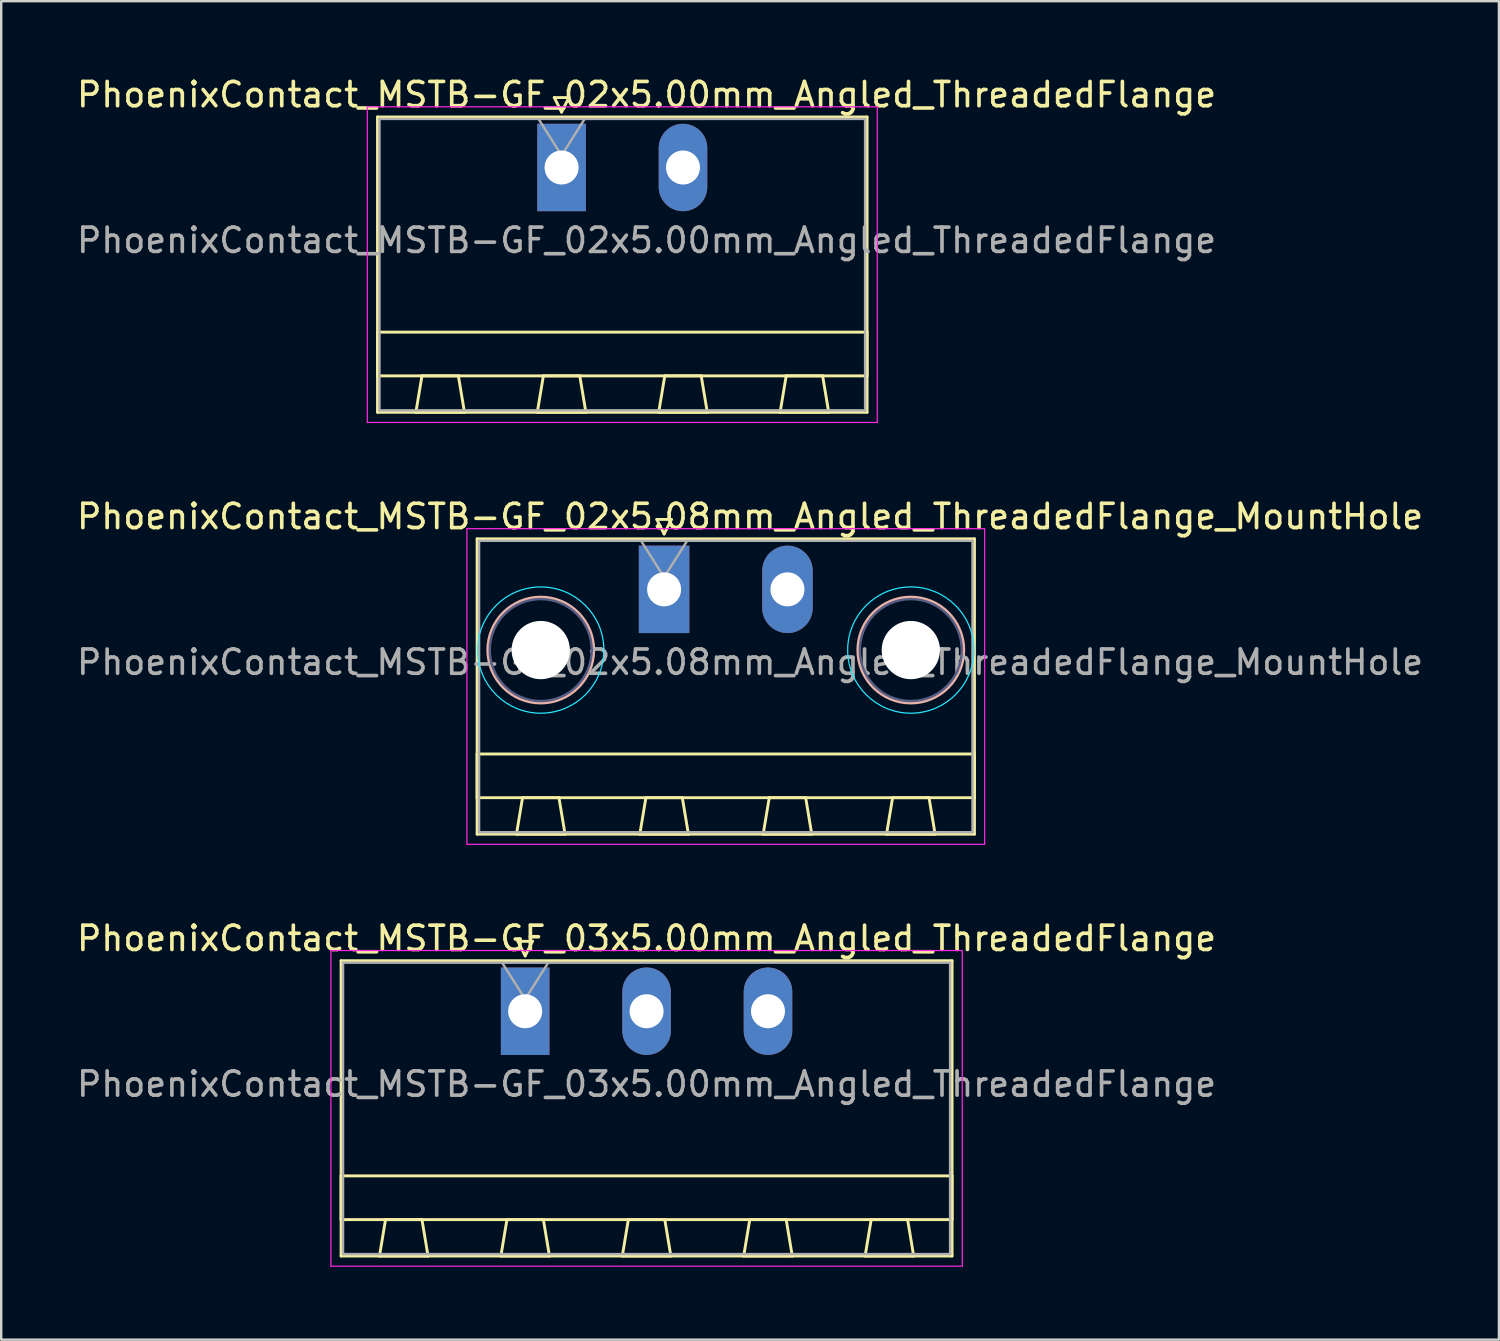
<source format=kicad_pcb>
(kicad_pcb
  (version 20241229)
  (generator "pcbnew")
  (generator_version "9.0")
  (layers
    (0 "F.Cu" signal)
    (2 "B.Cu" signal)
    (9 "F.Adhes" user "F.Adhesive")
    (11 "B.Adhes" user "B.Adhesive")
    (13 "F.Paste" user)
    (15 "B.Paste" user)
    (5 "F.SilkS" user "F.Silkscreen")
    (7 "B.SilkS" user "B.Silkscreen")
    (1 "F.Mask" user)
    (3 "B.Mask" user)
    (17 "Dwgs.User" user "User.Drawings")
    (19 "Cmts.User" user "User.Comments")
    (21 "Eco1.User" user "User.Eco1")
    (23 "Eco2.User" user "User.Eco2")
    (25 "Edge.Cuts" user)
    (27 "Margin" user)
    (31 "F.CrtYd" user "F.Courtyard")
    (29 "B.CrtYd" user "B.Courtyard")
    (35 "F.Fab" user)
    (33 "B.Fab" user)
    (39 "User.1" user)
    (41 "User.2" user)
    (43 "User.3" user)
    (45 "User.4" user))
  (footprint "PhoenixContact_MSTB-GF_03x5.00mm_Angled_ThreadedFlange"
    (layer "F.Cu")
    (at 18.577 38.595)
    (property "Reference" "PhoenixContact_MSTB-GF_03x5.00mm_Angled_ThreadedFlange" (at 5 -3 0) (layer "F.SilkS") (effects (font (size 1 1) (thickness 0.15))))
    (attr through_hole)
    (fp_line (start -7.58 -2.08) (end -7.58 10.08) (stroke (width 0.12) (type solid)) (layer "F.SilkS"))
    (fp_line (start -7.58 6.78) (end 17.58 6.78) (stroke (width 0.12) (type solid)) (layer "F.SilkS"))
    (fp_line (start -7.58 8.58) (end -7.58 6.78) (stroke (width 0.12) (type solid)) (layer "F.SilkS"))
    (fp_line (start -7.58 10.08) (end 17.58 10.08) (stroke (width 0.12) (type solid)) (layer "F.SilkS"))
    (fp_line (start -6 10.08) (end -4 10.08) (stroke (width 0.12) (type solid)) (layer "F.SilkS"))
    (fp_line (start -5.75 8.58) (end -6 10.08) (stroke (width 0.12) (type solid)) (layer "F.SilkS"))
    (fp_line (start -4.25 8.58) (end -5.75 8.58) (stroke (width 0.12) (type solid)) (layer "F.SilkS"))
    (fp_line (start -4 10.08) (end -4.25 8.58) (stroke (width 0.12) (type solid)) (layer "F.SilkS"))
    (fp_line (start -1 10.08) (end 1 10.08) (stroke (width 0.12) (type solid)) (layer "F.SilkS"))
    (fp_line (start -0.75 8.58) (end -1 10.08) (stroke (width 0.12) (type solid)) (layer "F.SilkS"))
    (fp_line (start -0.3 -2.88) (end 0.3 -2.88) (stroke (width 0.12) (type solid)) (layer "F.SilkS"))
    (fp_line (start 0 -2.28) (end -0.3 -2.88) (stroke (width 0.12) (type solid)) (layer "F.SilkS"))
    (fp_line (start 0.3 -2.88) (end 0 -2.28) (stroke (width 0.12) (type solid)) (layer "F.SilkS"))
    (fp_line (start 0.75 8.58) (end -0.75 8.58) (stroke (width 0.12) (type solid)) (layer "F.SilkS"))
    (fp_line (start 1 10.08) (end 0.75 8.58) (stroke (width 0.12) (type solid)) (layer "F.SilkS"))
    (fp_line (start 4 10.08) (end 6 10.08) (stroke (width 0.12) (type solid)) (layer "F.SilkS"))
    (fp_line (start 4.25 8.58) (end 4 10.08) (stroke (width 0.12) (type solid)) (layer "F.SilkS"))
    (fp_line (start 5.75 8.58) (end 4.25 8.58) (stroke (width 0.12) (type solid)) (layer "F.SilkS"))
    (fp_line (start 6 10.08) (end 5.75 8.58) (stroke (width 0.12) (type solid)) (layer "F.SilkS"))
    (fp_line (start 9 10.08) (end 11 10.08) (stroke (width 0.12) (type solid)) (layer "F.SilkS"))
    (fp_line (start 9.25 8.58) (end 9 10.08) (stroke (width 0.12) (type solid)) (layer "F.SilkS"))
    (fp_line (start 10.75 8.58) (end 9.25 8.58) (stroke (width 0.12) (type solid)) (layer "F.SilkS"))
    (fp_line (start 11 10.08) (end 10.75 8.58) (stroke (width 0.12) (type solid)) (layer "F.SilkS"))
    (fp_line (start 14 10.08) (end 16 10.08) (stroke (width 0.12) (type solid)) (layer "F.SilkS"))
    (fp_line (start 14.25 8.58) (end 14 10.08) (stroke (width 0.12) (type solid)) (layer "F.SilkS"))
    (fp_line (start 15.75 8.58) (end 14.25 8.58) (stroke (width 0.12) (type solid)) (layer "F.SilkS"))
    (fp_line (start 16 10.08) (end 15.75 8.58) (stroke (width 0.12) (type solid)) (layer "F.SilkS"))
    (fp_line (start 17.58 -2.08) (end -7.58 -2.08) (stroke (width 0.12) (type solid)) (layer "F.SilkS"))
    (fp_line (start 17.58 6.78) (end 17.58 8.58) (stroke (width 0.12) (type solid)) (layer "F.SilkS"))
    (fp_line (start 17.58 8.58) (end -7.58 8.58) (stroke (width 0.12) (type solid)) (layer "F.SilkS"))
    (fp_line (start 17.58 10.08) (end 17.58 -2.08) (stroke (width 0.12) (type solid)) (layer "F.SilkS"))
    (fp_line (start -8 -2.5) (end -8 10.5) (stroke (width 0.05) (type solid)) (layer "F.CrtYd"))
    (fp_line (start -8 10.5) (end 18 10.5) (stroke (width 0.05) (type solid)) (layer "F.CrtYd"))
    (fp_line (start 18 -2.5) (end -8 -2.5) (stroke (width 0.05) (type solid)) (layer "F.CrtYd"))
    (fp_line (start 18 10.5) (end 18 -2.5) (stroke (width 0.05) (type solid)) (layer "F.CrtYd"))
    (fp_line (start -7.5 -2) (end -7.5 10) (stroke (width 0.1) (type solid)) (layer "F.Fab"))
    (fp_line (start -7.5 10) (end 17.5 10) (stroke (width 0.1) (type solid)) (layer "F.Fab"))
    (fp_line (start 0 -0.5) (end -0.95 -2) (stroke (width 0.1) (type solid)) (layer "F.Fab"))
    (fp_line (start 0.95 -2) (end 0 -0.5) (stroke (width 0.1) (type solid)) (layer "F.Fab"))
    (fp_line (start 17.5 -2) (end -7.5 -2) (stroke (width 0.1) (type solid)) (layer "F.Fab"))
    (fp_line (start 17.5 10) (end 17.5 -2) (stroke (width 0.1) (type solid)) (layer "F.Fab"))
    (fp_text user "${REFERENCE}" (at 5 3 0) (layer "F.Fab") (effects (font (size 1 1) (thickness 0.15))))
    (pad "1" thru_hole rect (at 0 0) (size 2 3.6) (drill 1.4) (layers "*.Cu" "*.Mask"))
    (pad "2" thru_hole oval (at 5 0) (size 2 3.6) (drill 1.4) (layers "*.Cu" "*.Mask"))
    (pad "3" thru_hole oval (at 10 0) (size 2 3.6) (drill 1.4) (layers "*.Cu" "*.Mask")))
  (footprint "PhoenixContact_MSTB-GF_02x5.00mm_Angled_ThreadedFlange"
    (layer "F.Cu")
    (at 20.077 3.848)
    (property "Reference" "PhoenixContact_MSTB-GF_02x5.00mm_Angled_ThreadedFlange" (at 3.5 -3 0) (layer "F.SilkS") (effects (font (size 1 1) (thickness 0.15))))
    (attr through_hole)
    (fp_line (start -7.58 -2.08) (end -7.58 10.08) (stroke (width 0.12) (type solid)) (layer "F.SilkS"))
    (fp_line (start -7.58 6.78) (end 12.58 6.78) (stroke (width 0.12) (type solid)) (layer "F.SilkS"))
    (fp_line (start -7.58 8.58) (end -7.58 6.78) (stroke (width 0.12) (type solid)) (layer "F.SilkS"))
    (fp_line (start -7.58 10.08) (end 12.58 10.08) (stroke (width 0.12) (type solid)) (layer "F.SilkS"))
    (fp_line (start -6 10.08) (end -4 10.08) (stroke (width 0.12) (type solid)) (layer "F.SilkS"))
    (fp_line (start -5.75 8.58) (end -6 10.08) (stroke (width 0.12) (type solid)) (layer "F.SilkS"))
    (fp_line (start -4.25 8.58) (end -5.75 8.58) (stroke (width 0.12) (type solid)) (layer "F.SilkS"))
    (fp_line (start -4 10.08) (end -4.25 8.58) (stroke (width 0.12) (type solid)) (layer "F.SilkS"))
    (fp_line (start -1 10.08) (end 1 10.08) (stroke (width 0.12) (type solid)) (layer "F.SilkS"))
    (fp_line (start -0.75 8.58) (end -1 10.08) (stroke (width 0.12) (type solid)) (layer "F.SilkS"))
    (fp_line (start -0.3 -2.88) (end 0.3 -2.88) (stroke (width 0.12) (type solid)) (layer "F.SilkS"))
    (fp_line (start 0 -2.28) (end -0.3 -2.88) (stroke (width 0.12) (type solid)) (layer "F.SilkS"))
    (fp_line (start 0.3 -2.88) (end 0 -2.28) (stroke (width 0.12) (type solid)) (layer "F.SilkS"))
    (fp_line (start 0.75 8.58) (end -0.75 8.58) (stroke (width 0.12) (type solid)) (layer "F.SilkS"))
    (fp_line (start 1 10.08) (end 0.75 8.58) (stroke (width 0.12) (type solid)) (layer "F.SilkS"))
    (fp_line (start 4 10.08) (end 6 10.08) (stroke (width 0.12) (type solid)) (layer "F.SilkS"))
    (fp_line (start 4.25 8.58) (end 4 10.08) (stroke (width 0.12) (type solid)) (layer "F.SilkS"))
    (fp_line (start 5.75 8.58) (end 4.25 8.58) (stroke (width 0.12) (type solid)) (layer "F.SilkS"))
    (fp_line (start 6 10.08) (end 5.75 8.58) (stroke (width 0.12) (type solid)) (layer "F.SilkS"))
    (fp_line (start 9 10.08) (end 11 10.08) (stroke (width 0.12) (type solid)) (layer "F.SilkS"))
    (fp_line (start 9.25 8.58) (end 9 10.08) (stroke (width 0.12) (type solid)) (layer "F.SilkS"))
    (fp_line (start 10.75 8.58) (end 9.25 8.58) (stroke (width 0.12) (type solid)) (layer "F.SilkS"))
    (fp_line (start 11 10.08) (end 10.75 8.58) (stroke (width 0.12) (type solid)) (layer "F.SilkS"))
    (fp_line (start 12.58 -2.08) (end -7.58 -2.08) (stroke (width 0.12) (type solid)) (layer "F.SilkS"))
    (fp_line (start 12.58 6.78) (end 12.58 8.58) (stroke (width 0.12) (type solid)) (layer "F.SilkS"))
    (fp_line (start 12.58 8.58) (end -7.58 8.58) (stroke (width 0.12) (type solid)) (layer "F.SilkS"))
    (fp_line (start 12.58 10.08) (end 12.58 -2.08) (stroke (width 0.12) (type solid)) (layer "F.SilkS"))
    (fp_line (start -8 -2.5) (end -8 10.5) (stroke (width 0.05) (type solid)) (layer "F.CrtYd"))
    (fp_line (start -8 10.5) (end 13 10.5) (stroke (width 0.05) (type solid)) (layer "F.CrtYd"))
    (fp_line (start 13 -2.5) (end -8 -2.5) (stroke (width 0.05) (type solid)) (layer "F.CrtYd"))
    (fp_line (start 13 10.5) (end 13 -2.5) (stroke (width 0.05) (type solid)) (layer "F.CrtYd"))
    (fp_line (start -7.5 -2) (end -7.5 10) (stroke (width 0.1) (type solid)) (layer "F.Fab"))
    (fp_line (start -7.5 10) (end 12.5 10) (stroke (width 0.1) (type solid)) (layer "F.Fab"))
    (fp_line (start 0 -0.5) (end -0.95 -2) (stroke (width 0.1) (type solid)) (layer "F.Fab"))
    (fp_line (start 0.95 -2) (end 0 -0.5) (stroke (width 0.1) (type solid)) (layer "F.Fab"))
    (fp_line (start 12.5 -2) (end -7.5 -2) (stroke (width 0.1) (type solid)) (layer "F.Fab"))
    (fp_line (start 12.5 10) (end 12.5 -2) (stroke (width 0.1) (type solid)) (layer "F.Fab"))
    (fp_text user "${REFERENCE}" (at 3.5 3 0) (layer "F.Fab") (effects (font (size 1 1) (thickness 0.15))))
    (pad "1" thru_hole rect (at 0 0) (size 2 3.6) (drill 1.4) (layers "*.Cu" "*.Mask"))
    (pad "2" thru_hole oval (at 5 0) (size 2 3.6) (drill 1.4) (layers "*.Cu" "*.Mask")))
  (footprint "PhoenixContact_MSTB-GF_02x5.08mm_Angled_ThreadedFlange_MountHole"
    (layer "F.Cu")
    (at 24.299 21.221)
    (property "Reference" "PhoenixContact_MSTB-GF_02x5.08mm_Angled_ThreadedFlange_MountHole" (at 3.54 -3 0) (layer "F.SilkS") (effects (font (size 1 1) (thickness 0.15))))
    (attr through_hole)
    (fp_line (start -7.7 -2.08) (end -7.7 10.08) (stroke (width 0.12) (type solid)) (layer "F.SilkS"))
    (fp_line (start -7.7 6.78) (end 12.78 6.78) (stroke (width 0.12) (type solid)) (layer "F.SilkS"))
    (fp_line (start -7.7 8.58) (end -7.7 6.78) (stroke (width 0.12) (type solid)) (layer "F.SilkS"))
    (fp_line (start -7.7 10.08) (end 12.78 10.08) (stroke (width 0.12) (type solid)) (layer "F.SilkS"))
    (fp_line (start -6.08 10.08) (end -4.08 10.08) (stroke (width 0.12) (type solid)) (layer "F.SilkS"))
    (fp_line (start -5.83 8.58) (end -6.08 10.08) (stroke (width 0.12) (type solid)) (layer "F.SilkS"))
    (fp_line (start -4.33 8.58) (end -5.83 8.58) (stroke (width 0.12) (type solid)) (layer "F.SilkS"))
    (fp_line (start -4.08 10.08) (end -4.33 8.58) (stroke (width 0.12) (type solid)) (layer "F.SilkS"))
    (fp_line (start -1 10.08) (end 1 10.08) (stroke (width 0.12) (type solid)) (layer "F.SilkS"))
    (fp_line (start -0.75 8.58) (end -1 10.08) (stroke (width 0.12) (type solid)) (layer "F.SilkS"))
    (fp_line (start -0.3 -2.88) (end 0.3 -2.88) (stroke (width 0.12) (type solid)) (layer "F.SilkS"))
    (fp_line (start 0 -2.28) (end -0.3 -2.88) (stroke (width 0.12) (type solid)) (layer "F.SilkS"))
    (fp_line (start 0.3 -2.88) (end 0 -2.28) (stroke (width 0.12) (type solid)) (layer "F.SilkS"))
    (fp_line (start 0.75 8.58) (end -0.75 8.58) (stroke (width 0.12) (type solid)) (layer "F.SilkS"))
    (fp_line (start 1 10.08) (end 0.75 8.58) (stroke (width 0.12) (type solid)) (layer "F.SilkS"))
    (fp_line (start 4.08 10.08) (end 6.08 10.08) (stroke (width 0.12) (type solid)) (layer "F.SilkS"))
    (fp_line (start 4.33 8.58) (end 4.08 10.08) (stroke (width 0.12) (type solid)) (layer "F.SilkS"))
    (fp_line (start 5.83 8.58) (end 4.33 8.58) (stroke (width 0.12) (type solid)) (layer "F.SilkS"))
    (fp_line (start 6.08 10.08) (end 5.83 8.58) (stroke (width 0.12) (type solid)) (layer "F.SilkS"))
    (fp_line (start 9.16 10.08) (end 11.16 10.08) (stroke (width 0.12) (type solid)) (layer "F.SilkS"))
    (fp_line (start 9.41 8.58) (end 9.16 10.08) (stroke (width 0.12) (type solid)) (layer "F.SilkS"))
    (fp_line (start 10.91 8.58) (end 9.41 8.58) (stroke (width 0.12) (type solid)) (layer "F.SilkS"))
    (fp_line (start 11.16 10.08) (end 10.91 8.58) (stroke (width 0.12) (type solid)) (layer "F.SilkS"))
    (fp_line (start 12.78 -2.08) (end -7.7 -2.08) (stroke (width 0.12) (type solid)) (layer "F.SilkS"))
    (fp_line (start 12.78 6.78) (end 12.78 8.58) (stroke (width 0.12) (type solid)) (layer "F.SilkS"))
    (fp_line (start 12.78 8.58) (end -7.7 8.58) (stroke (width 0.12) (type solid)) (layer "F.SilkS"))
    (fp_line (start 12.78 10.08) (end 12.78 -2.08) (stroke (width 0.12) (type solid)) (layer "F.SilkS"))
    (fp_circle (center -5.08 2.5) (end -2.9 2.5) (stroke (width 0.12) (type solid)) (fill no) (layer "B.SilkS"))
    (fp_circle (center 10.16 2.5) (end 12.34 2.5) (stroke (width 0.12) (type solid)) (fill no) (layer "B.SilkS"))
    (fp_circle (center -5.08 2.5) (end -2.48 2.5) (stroke (width 0.05) (type solid)) (fill no) (layer "B.CrtYd"))
    (fp_circle (center 10.16 2.5) (end 12.76 2.5) (stroke (width 0.05) (type solid)) (fill no) (layer "B.CrtYd"))
    (fp_line (start -8.12 -2.5) (end -8.12 10.5) (stroke (width 0.05) (type solid)) (layer "F.CrtYd"))
    (fp_line (start -8.12 10.5) (end 13.2 10.5) (stroke (width 0.05) (type solid)) (layer "F.CrtYd"))
    (fp_line (start 13.2 -2.5) (end -8.12 -2.5) (stroke (width 0.05) (type solid)) (layer "F.CrtYd"))
    (fp_line (start 13.2 10.5) (end 13.2 -2.5) (stroke (width 0.05) (type solid)) (layer "F.CrtYd"))
    (fp_circle (center -5.08 2.5) (end -2.98 2.5) (stroke (width 0.1) (type solid)) (fill no) (layer "B.Fab"))
    (fp_circle (center 10.16 2.5) (end 12.26 2.5) (stroke (width 0.1) (type solid)) (fill no) (layer "B.Fab"))
    (fp_line (start -7.62 -2) (end -7.62 10) (stroke (width 0.1) (type solid)) (layer "F.Fab"))
    (fp_line (start -7.62 10) (end 12.7 10) (stroke (width 0.1) (type solid)) (layer "F.Fab"))
    (fp_line (start 0 -0.5) (end -0.95 -2) (stroke (width 0.1) (type solid)) (layer "F.Fab"))
    (fp_line (start 0.95 -2) (end 0 -0.5) (stroke (width 0.1) (type solid)) (layer "F.Fab"))
    (fp_line (start 12.7 -2) (end -7.62 -2) (stroke (width 0.1) (type solid)) (layer "F.Fab"))
    (fp_line (start 12.7 10) (end 12.7 -2) (stroke (width 0.1) (type solid)) (layer "F.Fab"))
    (fp_text user "${REFERENCE}" (at 3.54 3 0) (layer "F.Fab") (effects (font (size 1 1) (thickness 0.15))))
    (pad "" np_thru_hole circle (at -5.08 2.5) (size 2.4 2.4) (drill 2.4) (layers "*.Cu" "*.Mask"))
    (pad "" np_thru_hole circle (at 10.16 2.5) (size 2.4 2.4) (drill 2.4) (layers "*.Cu" "*.Mask"))
    (pad "1" thru_hole rect (at 0 0) (size 2.08 3.6) (drill 1.4) (layers "*.Cu" "*.Mask"))
    (pad "2" thru_hole oval (at 5.08 0) (size 2.08 3.6) (drill 1.4) (layers "*.Cu" "*.Mask")))
  (gr_rect
    (start -3 -3)
    (end 58.679 52.12)
    (stroke (width 0.1) (type default))
    (fill no)
    (layer "Edge.Cuts")))
</source>
